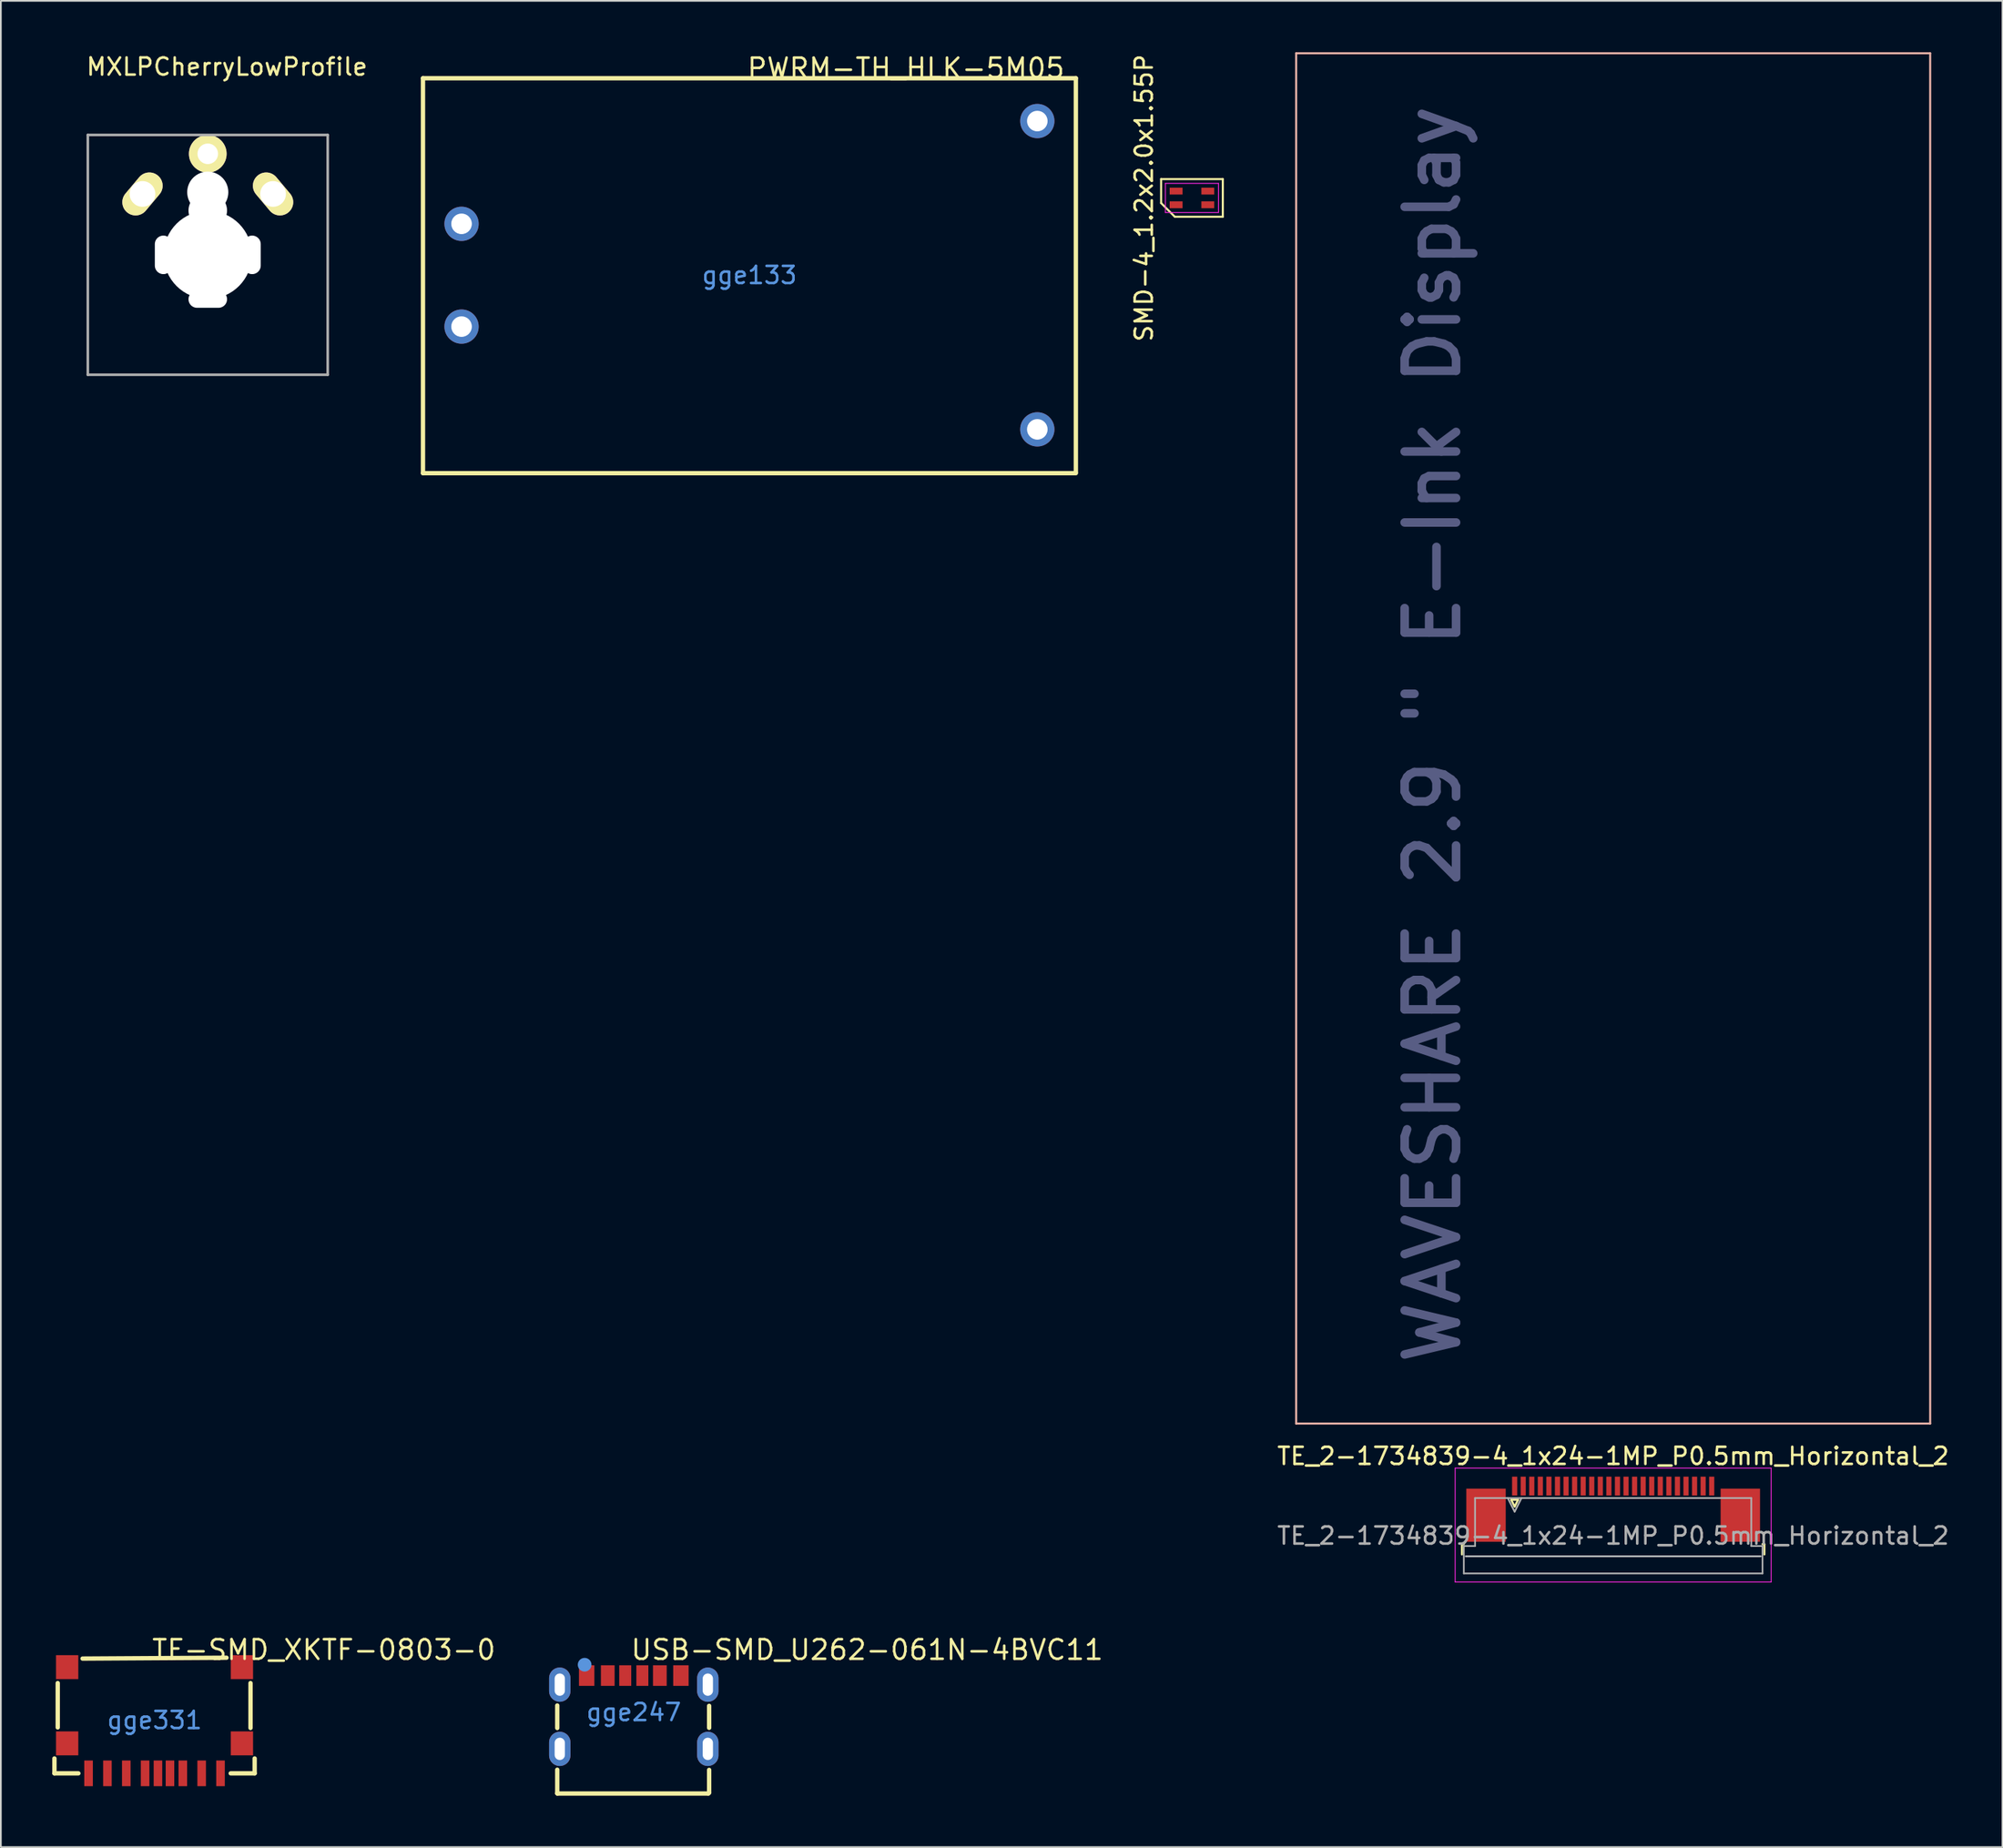
<source format=kicad_pcb>
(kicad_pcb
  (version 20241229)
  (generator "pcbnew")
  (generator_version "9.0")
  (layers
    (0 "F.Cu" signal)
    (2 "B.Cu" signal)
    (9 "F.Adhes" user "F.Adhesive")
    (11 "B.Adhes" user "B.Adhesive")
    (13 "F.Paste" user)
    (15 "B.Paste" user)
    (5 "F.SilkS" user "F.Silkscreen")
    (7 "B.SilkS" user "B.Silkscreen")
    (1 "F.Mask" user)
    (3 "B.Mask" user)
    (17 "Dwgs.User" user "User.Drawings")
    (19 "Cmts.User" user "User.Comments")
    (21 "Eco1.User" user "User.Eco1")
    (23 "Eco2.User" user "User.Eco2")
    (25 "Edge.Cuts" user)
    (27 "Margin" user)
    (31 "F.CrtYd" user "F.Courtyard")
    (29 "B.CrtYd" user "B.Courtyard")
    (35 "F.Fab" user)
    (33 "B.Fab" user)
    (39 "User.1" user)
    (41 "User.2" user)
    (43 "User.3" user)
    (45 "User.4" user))
  (footprint "PWRM-TH_HLK-5M05"
    (layer "F.Cu")
    (at 40.685 13.017)
    (property "Reference" "PWRM-TH_HLK-5M05" (at -0.218 -12.082 0) (layer "F.SilkS") (effects (font (size 1.143 1.143) (thickness 0.152)) (justify left)))
    (attr through_hole)
    (fp_line (start -19.05 -11.5) (end -19.05 11.557) (stroke (width 0.254) (type solid)) (layer "F.SilkS"))
    (fp_line (start -19.05 11.557) (end 19.05 11.557) (stroke (width 0.254) (type solid)) (layer "F.SilkS"))
    (fp_line (start 19.05 -11.5) (end -19.05 -11.5) (stroke (width 0.254) (type solid)) (layer "F.SilkS"))
    (fp_line (start 19.05 -11.5) (end 19.05 11.5) (stroke (width 0.254) (type solid)) (layer "F.SilkS"))
    (fp_text user "gge133" (at 0 0 0) (layer "Cmts.User") (effects (font (size 1 1) (thickness 0.15))))
    (pad "1" thru_hole circle (at -16.8 -3) (size 2 2) (drill 1.2) (layers "*.Cu" "*.Paste" "*.Mask"))
    (pad "2" thru_hole circle (at -16.8 3) (size 2 2) (drill 1.2) (layers "*.Cu" "*.Paste" "*.Mask"))
    (pad "3" thru_hole circle (at 16.8 -9) (size 2 2) (drill 1.2) (layers "*.Cu" "*.Paste" "*.Mask"))
    (pad "4" thru_hole circle (at 16.8 9) (size 2 2) (drill 1.2) (layers "*.Cu" "*.Paste" "*.Mask")))
  (footprint "SMD-4_1.2x2.0x1.55P"
    (layer "F.Cu")
    (at 66.51 8.506)
    (property "Reference" "SMD-4_1.2x2.0x1.55P" (at -2.8 0 90) (layer "F.SilkS") (effects (font (size 1 1) (thickness 0.15))))
    (attr smd)
    (fp_line (start -1.8 -1.1) (end 1.8 -1.1) (stroke (width 0.12) (type solid)) (layer "F.SilkS"))
    (fp_line (start -1.8 0.3) (end -1.8 -1.1) (stroke (width 0.12) (type solid)) (layer "F.SilkS"))
    (fp_line (start -1 1.1) (end -1.8 0.3) (stroke (width 0.12) (type solid)) (layer "F.SilkS"))
    (fp_line (start 1.8 -1.1) (end 1.8 1.1) (stroke (width 0.12) (type solid)) (layer "F.SilkS"))
    (fp_line (start 1.8 1.1) (end -1 1.1) (stroke (width 0.12) (type solid)) (layer "F.SilkS"))
    (fp_line (start -1.55 -0.85) (end 1.55 -0.85) (stroke (width 0.05) (type solid)) (layer "F.CrtYd"))
    (fp_line (start -1.55 0.85) (end -1.55 -0.85) (stroke (width 0.05) (type solid)) (layer "F.CrtYd"))
    (fp_line (start 1.55 -0.85) (end 1.55 0.85) (stroke (width 0.05) (type solid)) (layer "F.CrtYd"))
    (fp_line (start 1.55 0.85) (end -1.55 0.85) (stroke (width 0.05) (type solid)) (layer "F.CrtYd"))
    (pad "1" smd rect (at -0.925 0.4) (size 0.75 0.4) (layers "F.Cu" "F.Mask" "F.Paste"))
    (pad "2" smd rect (at 0.925 0.4) (size 0.75 0.4) (layers "F.Cu" "F.Mask" "F.Paste"))
    (pad "3" smd rect (at 0.925 -0.4) (size 0.75 0.4) (layers "F.Cu" "F.Mask" "F.Paste"))
    (pad "4" smd rect (at -0.925 -0.4) (size 0.75 0.4) (layers "F.Cu" "F.Mask" "F.Paste")))
  (footprint "TF-SMD_XKTF-0803-0"
    (layer "F.Cu")
    (at 5.969 97.381)
    (property "Reference" "TF-SMD_XKTF-0803-0" (at -0.234 -4.111 0) (layer "F.SilkS") (effects (font (size 1.143 1.143) (thickness 0.152)) (justify left)))
    (attr smd)
    (fp_line (start -5.842 3.1) (end -5.842 2.232) (stroke (width 0.254) (type solid)) (layer "F.SilkS"))
    (fp_line (start -5.65 0.419) (end -5.65 -2.169) (stroke (width 0.254) (type solid)) (layer "F.SilkS"))
    (fp_line (start -4.445 3.1) (end -5.842 3.1) (stroke (width 0.254) (type solid)) (layer "F.SilkS"))
    (fp_line (start -4.2 -3.6) (end 4.2 -3.65) (stroke (width 0.254) (type solid)) (layer "F.SilkS"))
    (fp_line (start 5.6 -2.169) (end 5.6 0.45) (stroke (width 0.254) (type solid)) (layer "F.SilkS"))
    (fp_line (start 5.842 2.232) (end 5.842 3.1) (stroke (width 0.254) (type solid)) (layer "F.SilkS"))
    (fp_line (start 5.842 3.1) (end 4.445 3.1) (stroke (width 0.254) (type solid)) (layer "F.SilkS"))
    (fp_text user "gge331" (at 0 0 0) (layer "Cmts.User") (effects (font (size 1 1) (thickness 0.15))))
    (pad "1" smd rect (at 3.85 3.1) (size 0.5 1.5) (layers "F.Cu" "F.Mask" "F.Paste"))
    (pad "2" smd rect (at 2.75 3.1) (size 0.5 1.5) (layers "F.Cu" "F.Mask" "F.Paste"))
    (pad "3" smd rect (at 1.65 3.1) (size 0.5 1.5) (layers "F.Cu" "F.Mask" "F.Paste"))
    (pad "4" smd rect (at 0.9 3.1) (size 0.5 1.5) (layers "F.Cu" "F.Mask" "F.Paste"))
    (pad "5" smd rect (at -0.55 3.1) (size 0.5 1.5) (layers "F.Cu" "F.Mask" "F.Paste"))
    (pad "6" smd rect (at -1.65 3.1) (size 0.5 1.5) (layers "F.Cu" "F.Mask" "F.Paste"))
    (pad "7" smd rect (at -2.75 3.1) (size 0.5 1.5) (layers "F.Cu" "F.Mask" "F.Paste"))
    (pad "8" smd rect (at -3.85 3.1) (size 0.5 1.5) (layers "F.Cu" "F.Mask" "F.Paste"))
    (pad "9" smd rect (at 0.2 3.1) (size 0.5 1.5) (layers "F.Cu" "F.Mask" "F.Paste"))
    (pad "10" smd rect (at -5.1 1.35) (size 1.3 1.4) (layers "F.Cu" "F.Mask" "F.Paste"))
    (pad "11" smd rect (at -5.1 -3.1) (size 1.3 1.4) (layers "F.Cu" "F.Mask" "F.Paste"))
    (pad "12" smd rect (at 5.1 -3.1) (size 1.3 1.4) (layers "F.Cu" "F.Mask" "F.Paste"))
    (pad "13" smd rect (at 5.1 1.35) (size 1.3 1.4) (layers "F.Cu" "F.Mask" "F.Paste")))
  (footprint "USB-SMD_U262-061N-4BVC11"
    (layer "F.Cu")
    (at 33.937 96.913)
    (property "Reference" "USB-SMD_U262-061N-4BVC11" (at -0.254 -3.643 0) (layer "F.SilkS") (effects (font (size 1.143 1.143) (thickness 0.152)) (justify left)))
    (attr smd)
    (fp_line (start -4.467 -0.393) (end -4.467 0.921) (stroke (width 0.254) (type solid)) (layer "F.SilkS"))
    (fp_line (start -4.467 3.357) (end -4.467 4.733) (stroke (width 0.254) (type solid)) (layer "F.SilkS"))
    (fp_line (start -4.467 4.733) (end -4.455 4.746) (stroke (width 0.254) (type solid)) (layer "F.SilkS"))
    (fp_line (start -4.455 4.746) (end 4.346 4.746) (stroke (width 0.254) (type solid)) (layer "F.SilkS"))
    (fp_line (start 4.346 4.746) (end 4.397 4.695) (stroke (width 0.254) (type solid)) (layer "F.SilkS"))
    (fp_line (start 4.397 0.911) (end 4.397 -0.372) (stroke (width 0.254) (type solid)) (layer "F.SilkS"))
    (fp_line (start 4.397 4.695) (end 4.397 3.367) (stroke (width 0.254) (type solid)) (layer "F.SilkS"))
    (fp_circle (center -2.869 -2.773) (end -2.669 -2.773) (stroke (width 0.4) (type solid)) (fill no) (layer "Cmts.User"))
    (fp_text user "gge247" (at 0 0 0) (layer "Cmts.User") (effects (font (size 1 1) (thickness 0.15))))
    (pad "7" thru_hole oval (at -4.32 -1.611) (size 1.25 2) (drill oval 0.6 1.3) (layers "*.Cu" "*.Paste" "*.Mask"))
    (pad "8" thru_hole oval (at 4.32 -1.611) (size 1.25 2) (drill oval 0.6 1.3) (layers "*.Cu" "*.Paste" "*.Mask"))
    (pad "9" thru_hole oval (at -4.32 2.139) (size 1.25 2) (drill oval 0.6 1.3) (layers "*.Cu" "*.Paste" "*.Mask"))
    (pad "10" thru_hole oval (at 4.32 2.139) (size 1.25 2) (drill oval 0.6 1.3) (layers "*.Cu" "*.Paste" "*.Mask"))
    (pad "A5" smd rect (at -0.5 -2.139) (size 0.7 1.2) (layers "F.Cu" "F.Mask" "F.Paste"))
    (pad "A9" smd rect (at 1.52 -2.139) (size 0.8 1.2) (layers "F.Cu" "F.Mask" "F.Paste"))
    (pad "A12" smd rect (at 2.75 -2.139) (size 0.9 1.2) (layers "F.Cu" "F.Mask" "F.Paste"))
    (pad "B5" smd rect (at -2.75 -2.139) (size 0.9 1.2) (layers "F.Cu" "F.Mask" "F.Paste"))
    (pad "B9" smd rect (at -1.52 -2.139) (size 0.8 1.2) (layers "F.Cu" "F.Mask" "F.Paste"))
    (pad "B12" smd rect (at 0.5 -2.139) (size 0.7 1.2) (layers "F.Cu" "F.Mask" "F.Paste")))
  (footprint "MXLPCherryLowProfile"
    (layer "F.Cu")
    (at 10.193 0.348)
    (property "Reference" "MXLPCherryLowProfile" (at 0 0.5 180) (layer "F.SilkS") (effects (font (size 1 1) (thickness 0.15))))
    (attr through_hole)
    (fp_line (start -10.118 2.481) (end 7.882 2.481) (stroke (width 0.15) (type solid)) (layer "Eco2.User"))
    (fp_line (start -10.118 20.481) (end -10.118 2.481) (stroke (width 0.15) (type solid)) (layer "Eco2.User"))
    (fp_line (start -8.118 4.481) (end 5.882 4.481) (stroke (width 0.15) (type solid)) (layer "Eco2.User"))
    (fp_line (start -8.118 18.481) (end -8.118 4.481) (stroke (width 0.15) (type solid)) (layer "Eco2.User"))
    (fp_line (start 5.882 4.481) (end 5.882 18.481) (stroke (width 0.15) (type solid)) (layer "Eco2.User"))
    (fp_line (start 5.882 18.481) (end -8.118 18.481) (stroke (width 0.15) (type solid)) (layer "Eco2.User"))
    (fp_line (start 7.882 2.481) (end 7.882 20.481) (stroke (width 0.15) (type solid)) (layer "Eco2.User"))
    (fp_line (start 7.882 20.481) (end -10.118 20.481) (stroke (width 0.15) (type solid)) (layer "Eco2.User"))
    (fp_line (start -8.118 4.481) (end -8.118 18.481) (stroke (width 0.15) (type solid)) (layer "F.Fab"))
    (fp_line (start -8.118 18.481) (end 5.882 18.481) (stroke (width 0.15) (type solid)) (layer "F.Fab"))
    (fp_line (start 5.882 4.481) (end -8.118 4.481) (stroke (width 0.15) (type solid)) (layer "F.Fab"))
    (fp_line (start 5.882 18.481) (end 5.882 4.481) (stroke (width 0.15) (type solid)) (layer "F.Fab"))
    (pad "" np_thru_hole oval (at -3.708 11.481 90) (size 2.25 1) (drill oval 2.25 1) (layers "*.Cu" "*.Mask"))
    (pad "" np_thru_hole circle (at -1.118 7.823) (size 2.4 2.4) (drill 2.4) (layers "*.Cu" "*.Mask"))
    (pad "" np_thru_hole oval (at -1.118 8.89) (size 2.25 2) (drill oval 2.25 2) (layers "*.Cu" "*.Mask"))
    (pad "" np_thru_hole circle (at -1.118 11.481 90) (size 5.15 5.15) (drill 5.15) (layers "*.Cu" "*.Mask"))
    (pad "" np_thru_hole oval (at -1.118 14.072) (size 2.25 1) (drill oval 2.25 1) (layers "*.Cu" "*.Mask"))
    (pad "" np_thru_hole oval (at 1.473 11.481 90) (size 2.25 1) (drill oval 2.25 1) (layers "*.Cu" "*.Mask"))
    (pad "1" thru_hole oval (at -4.928 7.925 50) (size 2.8 1.55) (drill 1.5) (layers "*.Cu" "*.Mask" "F.SilkS"))
    (pad "1" thru_hole oval (at 2.692 7.925 310) (size 2.8 1.55) (drill 1.5) (layers "*.Cu" "*.Mask" "F.SilkS"))
    (pad "2" thru_hole circle (at -1.118 5.581 90) (size 2.2 2.2) (drill 1.2) (layers "*.Cu" "*.Mask" "F.SilkS")))
  (footprint "TE_2-1734839-4_1x24-1MP_P0.5mm_Horizontal_2"
    (layer "F.Cu")
    (at 91.091 85.06)
    (property "Reference" "TE_2-1734839-4_1x24-1MP_P0.5mm_Horizontal_2" (at 0 -3.1 0) (layer "F.SilkS") (effects (font (size 1 1) (thickness 0.15))))
    (attr smd)
    (fp_line (start -8.825 2.04) (end -8.825 2.64) (stroke (width 0.12) (type solid)) (layer "F.SilkS"))
    (fp_line (start -8.715 2.04) (end -8.825 2.04) (stroke (width 0.12) (type solid)) (layer "F.SilkS"))
    (fp_line (start -5.95 -0.55) (end -5.75 -0.15) (stroke (width 0.12) (type solid)) (layer "F.SilkS"))
    (fp_line (start -5.75 -0.15) (end -5.55 -0.55) (stroke (width 0.12) (type solid)) (layer "F.SilkS"))
    (fp_line (start -5.55 -0.55) (end -5.95 -0.55) (stroke (width 0.12) (type solid)) (layer "F.SilkS"))
    (fp_line (start 8.715 2.04) (end 8.825 2.04) (stroke (width 0.12) (type solid)) (layer "F.SilkS"))
    (fp_line (start 8.825 2.04) (end 8.825 2.64) (stroke (width 0.12) (type solid)) (layer "F.SilkS"))
    (fp_line (start -18.5 -85) (end -18.5 -5) (stroke (width 0.12) (type solid)) (layer "B.SilkS"))
    (fp_line (start -18.5 -85) (end 18.5 -85) (stroke (width 0.12) (type solid)) (layer "B.SilkS"))
    (fp_line (start -18.5 -5) (end 18.5 -5) (stroke (width 0.12) (type solid)) (layer "B.SilkS"))
    (fp_line (start 18.5 -85) (end 18.5 -5) (stroke (width 0.12) (type solid)) (layer "B.SilkS"))
    (fp_line (start 8.605 2.75) (end -8.605 2.75) (stroke (width 0.1) (type solid)) (layer "Dwgs.User"))
    (fp_line (start -9.22 -2.4) (end -9.22 4.25) (stroke (width 0.05) (type solid)) (layer "F.CrtYd"))
    (fp_line (start -9.22 4.25) (end 9.22 4.25) (stroke (width 0.05) (type solid)) (layer "F.CrtYd"))
    (fp_line (start 9.22 -2.4) (end -9.22 -2.4) (stroke (width 0.05) (type solid)) (layer "F.CrtYd"))
    (fp_line (start 9.22 4.25) (end 9.22 -2.4) (stroke (width 0.05) (type solid)) (layer "F.CrtYd"))
    (fp_line (start -8.715 2.15) (end -8.06 2.15) (stroke (width 0.1) (type solid)) (layer "F.Fab"))
    (fp_line (start -8.715 3.75) (end -8.715 2.15) (stroke (width 0.1) (type solid)) (layer "F.Fab"))
    (fp_line (start -8.06 -0.65) (end 8.06 -0.65) (stroke (width 0.1) (type solid)) (layer "F.Fab"))
    (fp_line (start -8.06 2.15) (end -8.06 -0.65) (stroke (width 0.1) (type solid)) (layer "F.Fab"))
    (fp_line (start -6.15 -0.65) (end -5.75 0.15) (stroke (width 0.1) (type solid)) (layer "F.Fab"))
    (fp_line (start -5.75 0.15) (end -5.35 -0.65) (stroke (width 0.1) (type solid)) (layer "F.Fab"))
    (fp_line (start 8.06 -0.65) (end 8.06 2.15) (stroke (width 0.1) (type solid)) (layer "F.Fab"))
    (fp_line (start 8.06 2.15) (end 8.715 2.15) (stroke (width 0.1) (type solid)) (layer "F.Fab"))
    (fp_line (start 8.715 2.15) (end 8.715 3.75) (stroke (width 0.1) (type solid)) (layer "F.Fab"))
    (fp_line (start 8.715 3.75) (end -8.715 3.75) (stroke (width 0.1) (type solid)) (layer "F.Fab"))
    (fp_text user "WAVESHARE 2.9 \" E-Ink Display" (at -10.53 -45.25 90) (layer "B.Fab") (effects (font (size 3 3) (thickness 0.5))))
    (fp_text user "${REFERENCE}" (at 0 1.55 0) (layer "F.Fab") (effects (font (size 1 1) (thickness 0.15))))
    (pad "1" smd rect (at -5.75 -1.35) (size 0.3 1.1) (layers "F.Cu" "F.Mask" "F.Paste"))
    (pad "2" smd rect (at -5.25 -1.35) (size 0.3 1.1) (layers "F.Cu" "F.Mask" "F.Paste"))
    (pad "3" smd rect (at -4.75 -1.35) (size 0.3 1.1) (layers "F.Cu" "F.Mask" "F.Paste"))
    (pad "4" smd rect (at -4.25 -1.35) (size 0.3 1.1) (layers "F.Cu" "F.Mask" "F.Paste"))
    (pad "5" smd rect (at -3.75 -1.35) (size 0.3 1.1) (layers "F.Cu" "F.Mask" "F.Paste"))
    (pad "6" smd rect (at -3.25 -1.35) (size 0.3 1.1) (layers "F.Cu" "F.Mask" "F.Paste"))
    (pad "7" smd rect (at -2.75 -1.35) (size 0.3 1.1) (layers "F.Cu" "F.Mask" "F.Paste"))
    (pad "8" smd rect (at -2.25 -1.35) (size 0.3 1.1) (layers "F.Cu" "F.Mask" "F.Paste"))
    (pad "9" smd rect (at -1.75 -1.35) (size 0.3 1.1) (layers "F.Cu" "F.Mask" "F.Paste"))
    (pad "10" smd rect (at -1.25 -1.35) (size 0.3 1.1) (layers "F.Cu" "F.Mask" "F.Paste"))
    (pad "11" smd rect (at -0.75 -1.35) (size 0.3 1.1) (layers "F.Cu" "F.Mask" "F.Paste"))
    (pad "12" smd rect (at -0.25 -1.35) (size 0.3 1.1) (layers "F.Cu" "F.Mask" "F.Paste"))
    (pad "13" smd rect (at 0.25 -1.35) (size 0.3 1.1) (layers "F.Cu" "F.Mask" "F.Paste"))
    (pad "14" smd rect (at 0.75 -1.35) (size 0.3 1.1) (layers "F.Cu" "F.Mask" "F.Paste"))
    (pad "15" smd rect (at 1.25 -1.35) (size 0.3 1.1) (layers "F.Cu" "F.Mask" "F.Paste"))
    (pad "16" smd rect (at 1.75 -1.35) (size 0.3 1.1) (layers "F.Cu" "F.Mask" "F.Paste"))
    (pad "17" smd rect (at 2.25 -1.35) (size 0.3 1.1) (layers "F.Cu" "F.Mask" "F.Paste"))
    (pad "18" smd rect (at 2.75 -1.35) (size 0.3 1.1) (layers "F.Cu" "F.Mask" "F.Paste"))
    (pad "19" smd rect (at 3.25 -1.35) (size 0.3 1.1) (layers "F.Cu" "F.Mask" "F.Paste"))
    (pad "20" smd rect (at 3.75 -1.35) (size 0.3 1.1) (layers "F.Cu" "F.Mask" "F.Paste"))
    (pad "21" smd rect (at 4.25 -1.35) (size 0.3 1.1) (layers "F.Cu" "F.Mask" "F.Paste"))
    (pad "22" smd rect (at 4.75 -1.35) (size 0.3 1.1) (layers "F.Cu" "F.Mask" "F.Paste"))
    (pad "23" smd rect (at 5.25 -1.35) (size 0.3 1.1) (layers "F.Cu" "F.Mask" "F.Paste"))
    (pad "24" smd rect (at 5.75 -1.35) (size 0.3 1.1) (layers "F.Cu" "F.Mask" "F.Paste"))
    (pad "MP" smd rect (at -7.42 0.35) (size 2.3 3.1) (layers "F.Cu" "F.Mask" "F.Paste"))
    (pad "MP" smd rect (at 7.42 0.35) (size 2.3 3.1) (layers "F.Cu" "F.Mask" "F.Paste")))
  (gr_rect
    (start -3 -3)
    (end 113.811 104.786)
    (stroke (width 0.1) (type default))
    (fill no)
    (layer "Edge.Cuts")))
</source>
